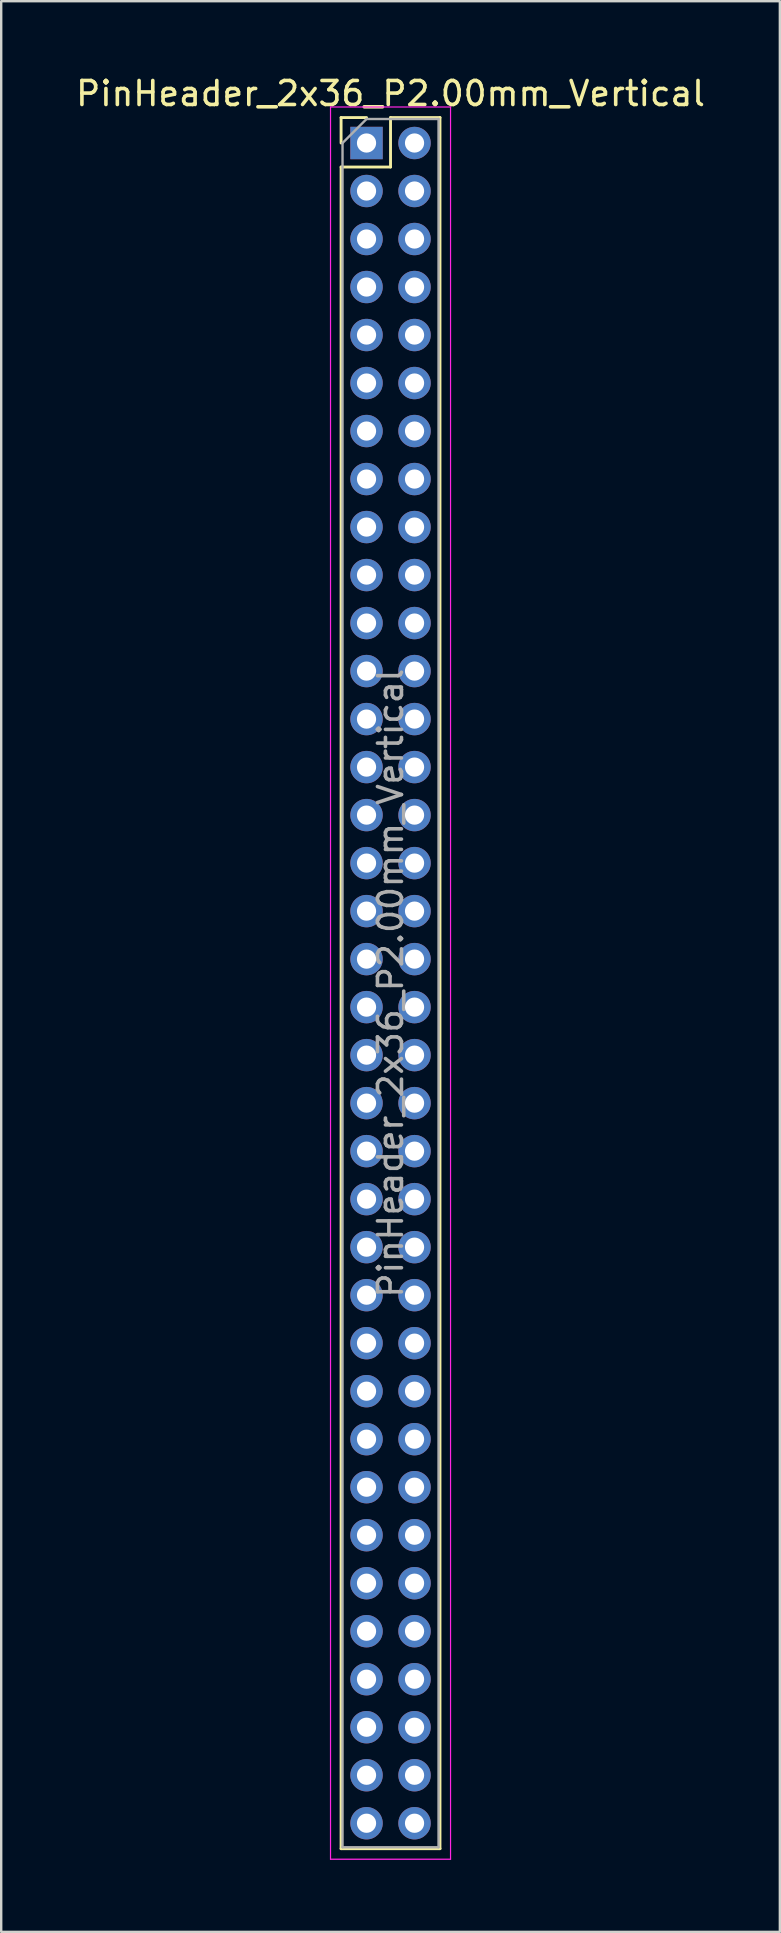
<source format=kicad_pcb>
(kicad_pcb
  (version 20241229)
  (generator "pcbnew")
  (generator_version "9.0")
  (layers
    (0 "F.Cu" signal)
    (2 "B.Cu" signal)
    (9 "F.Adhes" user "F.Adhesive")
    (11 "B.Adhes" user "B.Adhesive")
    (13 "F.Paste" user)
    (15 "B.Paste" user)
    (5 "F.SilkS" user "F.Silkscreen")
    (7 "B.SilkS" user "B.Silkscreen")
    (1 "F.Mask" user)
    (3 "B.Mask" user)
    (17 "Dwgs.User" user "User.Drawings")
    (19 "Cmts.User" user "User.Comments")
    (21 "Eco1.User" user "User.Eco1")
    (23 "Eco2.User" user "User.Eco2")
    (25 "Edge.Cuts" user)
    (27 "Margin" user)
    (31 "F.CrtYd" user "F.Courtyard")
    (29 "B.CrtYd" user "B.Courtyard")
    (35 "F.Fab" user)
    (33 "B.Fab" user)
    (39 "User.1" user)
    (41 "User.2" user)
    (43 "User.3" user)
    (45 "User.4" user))
  (footprint "PinHeader_2x36_P2.00mm_Vertical"
    (layer "F.Cu")
    (at 12.22 2.908)
    (property "Reference" "PinHeader_2x36_P2.00mm_Vertical" (at 1 -2.06 0) (layer "F.SilkS") (effects (font (size 1 1) (thickness 0.15))))
    (attr through_hole)
    (fp_line (start -1.06 -1.06) (end 0 -1.06) (stroke (width 0.12) (type solid)) (layer "F.SilkS"))
    (fp_line (start -1.06 0) (end -1.06 -1.06) (stroke (width 0.12) (type solid)) (layer "F.SilkS"))
    (fp_line (start -1.06 1) (end -1.06 71.06) (stroke (width 0.12) (type solid)) (layer "F.SilkS"))
    (fp_line (start -1.06 1) (end 1 1) (stroke (width 0.12) (type solid)) (layer "F.SilkS"))
    (fp_line (start -1.06 71.06) (end 3.06 71.06) (stroke (width 0.12) (type solid)) (layer "F.SilkS"))
    (fp_line (start 1 -1.06) (end 3.06 -1.06) (stroke (width 0.12) (type solid)) (layer "F.SilkS"))
    (fp_line (start 1 1) (end 1 -1.06) (stroke (width 0.12) (type solid)) (layer "F.SilkS"))
    (fp_line (start 3.06 -1.06) (end 3.06 71.06) (stroke (width 0.12) (type solid)) (layer "F.SilkS"))
    (fp_line (start -1.5 -1.5) (end -1.5 71.5) (stroke (width 0.05) (type solid)) (layer "F.CrtYd"))
    (fp_line (start -1.5 71.5) (end 3.5 71.5) (stroke (width 0.05) (type solid)) (layer "F.CrtYd"))
    (fp_line (start 3.5 -1.5) (end -1.5 -1.5) (stroke (width 0.05) (type solid)) (layer "F.CrtYd"))
    (fp_line (start 3.5 71.5) (end 3.5 -1.5) (stroke (width 0.05) (type solid)) (layer "F.CrtYd"))
    (fp_line (start -1 0) (end 0 -1) (stroke (width 0.1) (type solid)) (layer "F.Fab"))
    (fp_line (start -1 71) (end -1 0) (stroke (width 0.1) (type solid)) (layer "F.Fab"))
    (fp_line (start 0 -1) (end 3 -1) (stroke (width 0.1) (type solid)) (layer "F.Fab"))
    (fp_line (start 3 -1) (end 3 71) (stroke (width 0.1) (type solid)) (layer "F.Fab"))
    (fp_line (start 3 71) (end -1 71) (stroke (width 0.1) (type solid)) (layer "F.Fab"))
    (fp_text user "${REFERENCE}" (at 1 35 90) (layer "F.Fab") (effects (font (size 1 1) (thickness 0.15))))
    (pad "1" thru_hole rect (at 0 0) (size 1.35 1.35) (drill 0.8) (layers "*.Cu" "*.Mask"))
    (pad "2" thru_hole oval (at 2 0) (size 1.35 1.35) (drill 0.8) (layers "*.Cu" "*.Mask"))
    (pad "3" thru_hole oval (at 0 2) (size 1.35 1.35) (drill 0.8) (layers "*.Cu" "*.Mask"))
    (pad "4" thru_hole oval (at 2 2) (size 1.35 1.35) (drill 0.8) (layers "*.Cu" "*.Mask"))
    (pad "5" thru_hole oval (at 0 4) (size 1.35 1.35) (drill 0.8) (layers "*.Cu" "*.Mask"))
    (pad "6" thru_hole oval (at 2 4) (size 1.35 1.35) (drill 0.8) (layers "*.Cu" "*.Mask"))
    (pad "7" thru_hole oval (at 0 6) (size 1.35 1.35) (drill 0.8) (layers "*.Cu" "*.Mask"))
    (pad "8" thru_hole oval (at 2 6) (size 1.35 1.35) (drill 0.8) (layers "*.Cu" "*.Mask"))
    (pad "9" thru_hole oval (at 0 8) (size 1.35 1.35) (drill 0.8) (layers "*.Cu" "*.Mask"))
    (pad "10" thru_hole oval (at 2 8) (size 1.35 1.35) (drill 0.8) (layers "*.Cu" "*.Mask"))
    (pad "11" thru_hole oval (at 0 10) (size 1.35 1.35) (drill 0.8) (layers "*.Cu" "*.Mask"))
    (pad "12" thru_hole oval (at 2 10) (size 1.35 1.35) (drill 0.8) (layers "*.Cu" "*.Mask"))
    (pad "13" thru_hole oval (at 0 12) (size 1.35 1.35) (drill 0.8) (layers "*.Cu" "*.Mask"))
    (pad "14" thru_hole oval (at 2 12) (size 1.35 1.35) (drill 0.8) (layers "*.Cu" "*.Mask"))
    (pad "15" thru_hole oval (at 0 14) (size 1.35 1.35) (drill 0.8) (layers "*.Cu" "*.Mask"))
    (pad "16" thru_hole oval (at 2 14) (size 1.35 1.35) (drill 0.8) (layers "*.Cu" "*.Mask"))
    (pad "17" thru_hole oval (at 0 16) (size 1.35 1.35) (drill 0.8) (layers "*.Cu" "*.Mask"))
    (pad "18" thru_hole oval (at 2 16) (size 1.35 1.35) (drill 0.8) (layers "*.Cu" "*.Mask"))
    (pad "19" thru_hole oval (at 0 18) (size 1.35 1.35) (drill 0.8) (layers "*.Cu" "*.Mask"))
    (pad "20" thru_hole oval (at 2 18) (size 1.35 1.35) (drill 0.8) (layers "*.Cu" "*.Mask"))
    (pad "21" thru_hole oval (at 0 20) (size 1.35 1.35) (drill 0.8) (layers "*.Cu" "*.Mask"))
    (pad "22" thru_hole oval (at 2 20) (size 1.35 1.35) (drill 0.8) (layers "*.Cu" "*.Mask"))
    (pad "23" thru_hole oval (at 0 22) (size 1.35 1.35) (drill 0.8) (layers "*.Cu" "*.Mask"))
    (pad "24" thru_hole oval (at 2 22) (size 1.35 1.35) (drill 0.8) (layers "*.Cu" "*.Mask"))
    (pad "25" thru_hole oval (at 0 24) (size 1.35 1.35) (drill 0.8) (layers "*.Cu" "*.Mask"))
    (pad "26" thru_hole oval (at 2 24) (size 1.35 1.35) (drill 0.8) (layers "*.Cu" "*.Mask"))
    (pad "27" thru_hole oval (at 0 26) (size 1.35 1.35) (drill 0.8) (layers "*.Cu" "*.Mask"))
    (pad "28" thru_hole oval (at 2 26) (size 1.35 1.35) (drill 0.8) (layers "*.Cu" "*.Mask"))
    (pad "29" thru_hole oval (at 0 28) (size 1.35 1.35) (drill 0.8) (layers "*.Cu" "*.Mask"))
    (pad "30" thru_hole oval (at 2 28) (size 1.35 1.35) (drill 0.8) (layers "*.Cu" "*.Mask"))
    (pad "31" thru_hole oval (at 0 30) (size 1.35 1.35) (drill 0.8) (layers "*.Cu" "*.Mask"))
    (pad "32" thru_hole oval (at 2 30) (size 1.35 1.35) (drill 0.8) (layers "*.Cu" "*.Mask"))
    (pad "33" thru_hole oval (at 0 32) (size 1.35 1.35) (drill 0.8) (layers "*.Cu" "*.Mask"))
    (pad "34" thru_hole oval (at 2 32) (size 1.35 1.35) (drill 0.8) (layers "*.Cu" "*.Mask"))
    (pad "35" thru_hole oval (at 0 34) (size 1.35 1.35) (drill 0.8) (layers "*.Cu" "*.Mask"))
    (pad "36" thru_hole oval (at 2 34) (size 1.35 1.35) (drill 0.8) (layers "*.Cu" "*.Mask"))
    (pad "37" thru_hole oval (at 0 36) (size 1.35 1.35) (drill 0.8) (layers "*.Cu" "*.Mask"))
    (pad "38" thru_hole oval (at 2 36) (size 1.35 1.35) (drill 0.8) (layers "*.Cu" "*.Mask"))
    (pad "39" thru_hole oval (at 0 38) (size 1.35 1.35) (drill 0.8) (layers "*.Cu" "*.Mask"))
    (pad "40" thru_hole oval (at 2 38) (size 1.35 1.35) (drill 0.8) (layers "*.Cu" "*.Mask"))
    (pad "41" thru_hole oval (at 0 40) (size 1.35 1.35) (drill 0.8) (layers "*.Cu" "*.Mask"))
    (pad "42" thru_hole oval (at 2 40) (size 1.35 1.35) (drill 0.8) (layers "*.Cu" "*.Mask"))
    (pad "43" thru_hole oval (at 0 42) (size 1.35 1.35) (drill 0.8) (layers "*.Cu" "*.Mask"))
    (pad "44" thru_hole oval (at 2 42) (size 1.35 1.35) (drill 0.8) (layers "*.Cu" "*.Mask"))
    (pad "45" thru_hole oval (at 0 44) (size 1.35 1.35) (drill 0.8) (layers "*.Cu" "*.Mask"))
    (pad "46" thru_hole oval (at 2 44) (size 1.35 1.35) (drill 0.8) (layers "*.Cu" "*.Mask"))
    (pad "47" thru_hole oval (at 0 46) (size 1.35 1.35) (drill 0.8) (layers "*.Cu" "*.Mask"))
    (pad "48" thru_hole oval (at 2 46) (size 1.35 1.35) (drill 0.8) (layers "*.Cu" "*.Mask"))
    (pad "49" thru_hole oval (at 0 48) (size 1.35 1.35) (drill 0.8) (layers "*.Cu" "*.Mask"))
    (pad "50" thru_hole oval (at 2 48) (size 1.35 1.35) (drill 0.8) (layers "*.Cu" "*.Mask"))
    (pad "51" thru_hole oval (at 0 50) (size 1.35 1.35) (drill 0.8) (layers "*.Cu" "*.Mask"))
    (pad "52" thru_hole oval (at 2 50) (size 1.35 1.35) (drill 0.8) (layers "*.Cu" "*.Mask"))
    (pad "53" thru_hole oval (at 0 52) (size 1.35 1.35) (drill 0.8) (layers "*.Cu" "*.Mask"))
    (pad "54" thru_hole oval (at 2 52) (size 1.35 1.35) (drill 0.8) (layers "*.Cu" "*.Mask"))
    (pad "55" thru_hole oval (at 0 54) (size 1.35 1.35) (drill 0.8) (layers "*.Cu" "*.Mask"))
    (pad "56" thru_hole oval (at 2 54) (size 1.35 1.35) (drill 0.8) (layers "*.Cu" "*.Mask"))
    (pad "57" thru_hole oval (at 0 56) (size 1.35 1.35) (drill 0.8) (layers "*.Cu" "*.Mask"))
    (pad "58" thru_hole oval (at 2 56) (size 1.35 1.35) (drill 0.8) (layers "*.Cu" "*.Mask"))
    (pad "59" thru_hole oval (at 0 58) (size 1.35 1.35) (drill 0.8) (layers "*.Cu" "*.Mask"))
    (pad "60" thru_hole oval (at 2 58) (size 1.35 1.35) (drill 0.8) (layers "*.Cu" "*.Mask"))
    (pad "61" thru_hole oval (at 0 60) (size 1.35 1.35) (drill 0.8) (layers "*.Cu" "*.Mask"))
    (pad "62" thru_hole oval (at 2 60) (size 1.35 1.35) (drill 0.8) (layers "*.Cu" "*.Mask"))
    (pad "63" thru_hole oval (at 0 62) (size 1.35 1.35) (drill 0.8) (layers "*.Cu" "*.Mask"))
    (pad "64" thru_hole oval (at 2 62) (size 1.35 1.35) (drill 0.8) (layers "*.Cu" "*.Mask"))
    (pad "65" thru_hole oval (at 0 64) (size 1.35 1.35) (drill 0.8) (layers "*.Cu" "*.Mask"))
    (pad "66" thru_hole oval (at 2 64) (size 1.35 1.35) (drill 0.8) (layers "*.Cu" "*.Mask"))
    (pad "67" thru_hole oval (at 0 66) (size 1.35 1.35) (drill 0.8) (layers "*.Cu" "*.Mask"))
    (pad "68" thru_hole oval (at 2 66) (size 1.35 1.35) (drill 0.8) (layers "*.Cu" "*.Mask"))
    (pad "69" thru_hole oval (at 0 68) (size 1.35 1.35) (drill 0.8) (layers "*.Cu" "*.Mask"))
    (pad "70" thru_hole oval (at 2 68) (size 1.35 1.35) (drill 0.8) (layers "*.Cu" "*.Mask"))
    (pad "71" thru_hole oval (at 0 70) (size 1.35 1.35) (drill 0.8) (layers "*.Cu" "*.Mask"))
    (pad "72" thru_hole oval (at 2 70) (size 1.35 1.35) (drill 0.8) (layers "*.Cu" "*.Mask")))
  (gr_rect
    (start -3 -3)
    (end 29.44 77.433)
    (stroke (width 0.1) (type default))
    (fill no)
    (layer "Edge.Cuts")))
</source>
